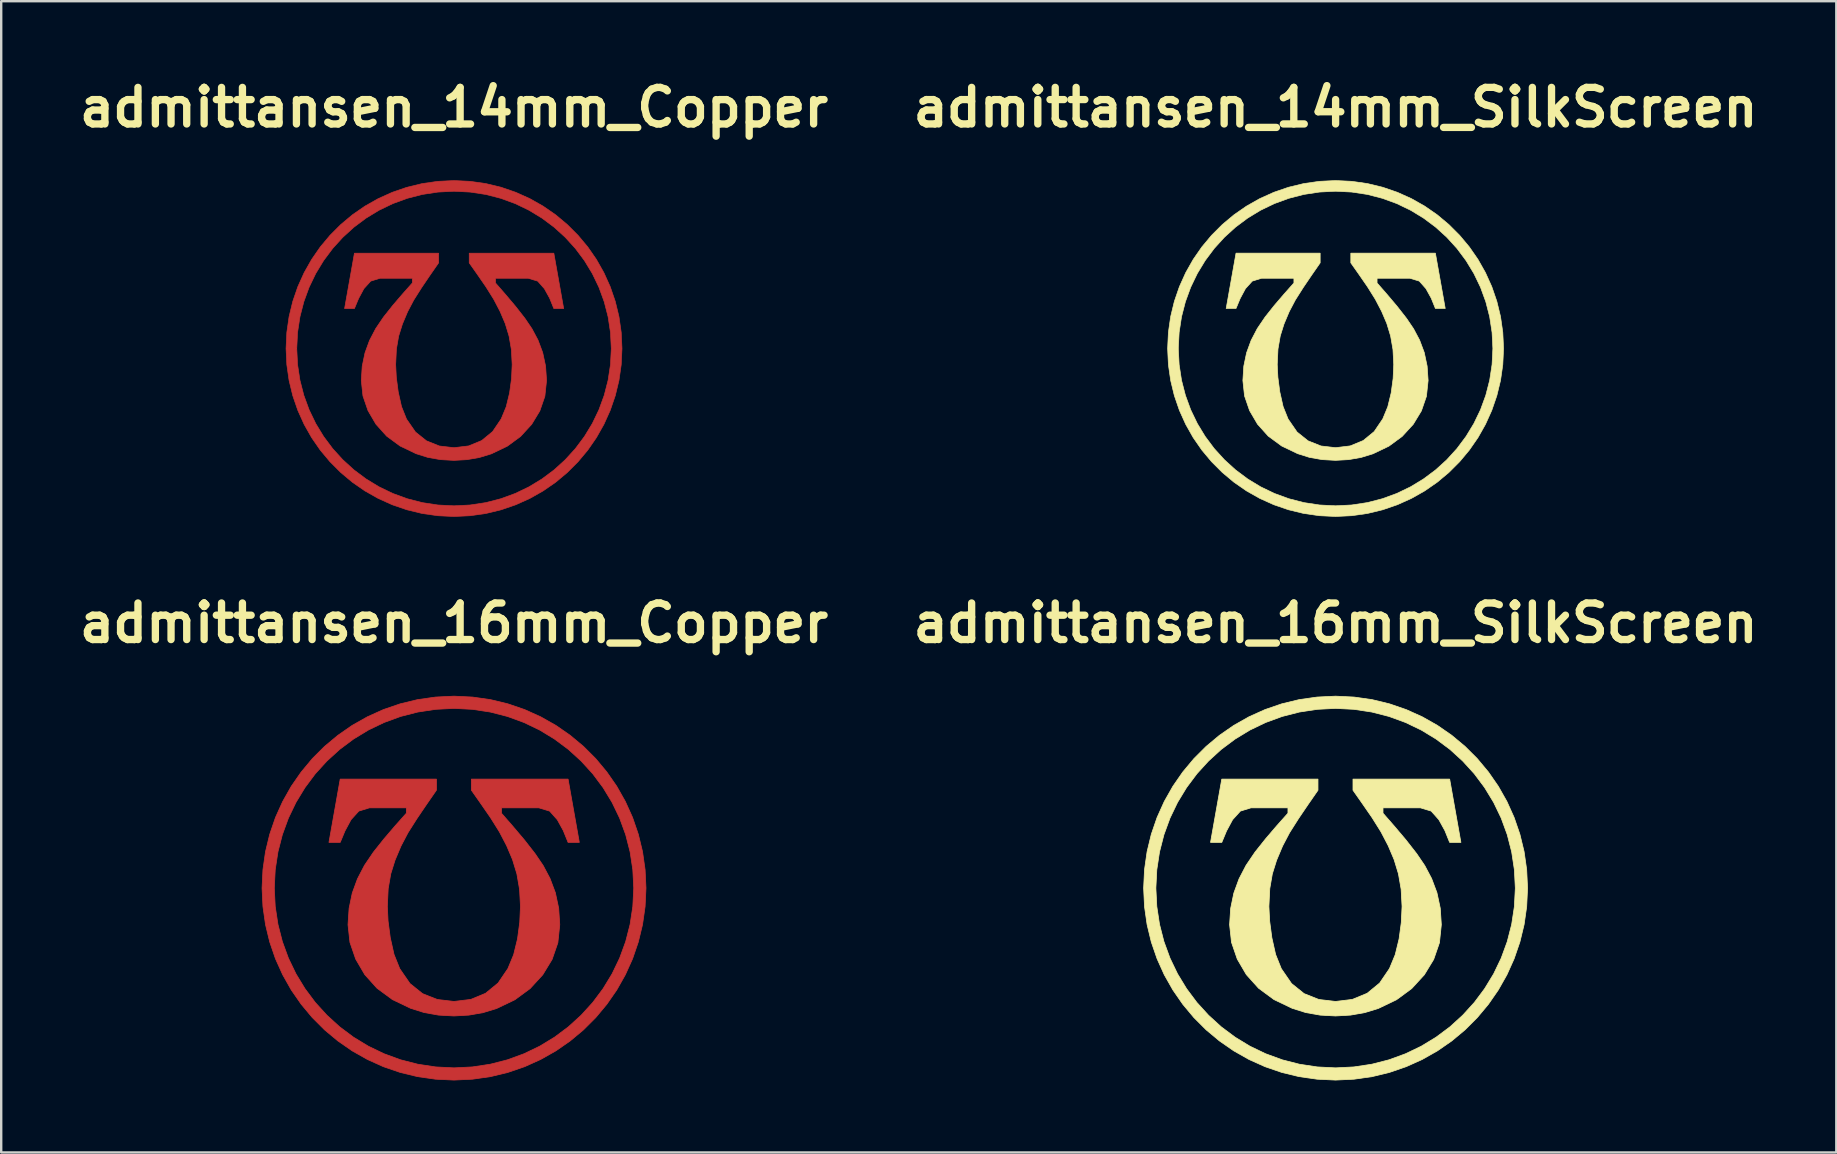
<source format=kicad_pcb>
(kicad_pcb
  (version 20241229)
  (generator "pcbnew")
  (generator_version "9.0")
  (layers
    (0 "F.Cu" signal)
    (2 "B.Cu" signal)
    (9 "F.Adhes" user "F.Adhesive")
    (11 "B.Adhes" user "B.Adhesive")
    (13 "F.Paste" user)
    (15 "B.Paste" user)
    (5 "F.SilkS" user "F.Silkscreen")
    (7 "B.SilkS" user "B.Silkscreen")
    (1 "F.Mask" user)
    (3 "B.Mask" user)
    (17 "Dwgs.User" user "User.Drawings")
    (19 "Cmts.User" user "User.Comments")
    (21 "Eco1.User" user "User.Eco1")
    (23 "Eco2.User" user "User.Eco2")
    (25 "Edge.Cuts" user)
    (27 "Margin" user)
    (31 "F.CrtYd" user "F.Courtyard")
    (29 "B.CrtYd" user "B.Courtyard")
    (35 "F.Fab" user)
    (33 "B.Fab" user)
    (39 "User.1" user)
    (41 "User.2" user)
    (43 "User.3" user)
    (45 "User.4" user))
  (footprint "admittansen_16mm_Copper"
    (layer "F.Cu")
    (at 15.871 33.962)
    (property "Reference" "admittansen_16mm_Copper" (at 0 -11.048 0) (layer "F.SilkS") (effects (font (size 1.524 1.524) (thickness 0.305))))
    (attr exclude_from_pos_files exclude_from_bom)
    (fp_poly (pts (xy -5.211 -1.907) (xy -4.743 -4.542) (xy -0.735 -4.542) (xy -0.735 -4.08) (xy -1.146 -3.487) (xy -1.55 -2.891) (xy -1.919 -2.309) (xy -2.209 -1.757) (xy -2.459 -1.164) (xy -2.637 -0.596) (xy -2.744 0.022) (xy -2.78 0.763) (xy -2.749 1.371) (xy -2.657 2.067) (xy -2.501 2.763) (xy -2.263 3.357) (xy -1.836 3.977) (xy -1.313 4.397) (xy -0.7 4.641) (xy -0.002 4.723) (xy 0.698 4.638) (xy 1.316 4.383) (xy 1.837 3.955) (xy 2.247 3.351) (xy 2.486 2.773) (xy 2.647 2.114) (xy 2.739 1.43) (xy 2.77 0.763) (xy 2.732 0.05) (xy 2.62 -0.596) (xy 2.438 -1.192) (xy 2.192 -1.771) (xy 1.892 -2.345) (xy 1.52 -2.939) (xy 1.114 -3.526) (xy 0.725 -4.08) (xy 0.725 -4.542) (xy 4.753 -4.542) (xy 5.221 -1.907) (xy 4.753 -1.907) (xy 4.556 -2.396) (xy 4.305 -2.851) (xy 3.985 -3.211) (xy 3.537 -3.346) (xy 1.975 -3.346) (xy 1.975 -3.122) (xy 2.433 -2.598) (xy 2.926 -2.015) (xy 3.377 -1.438) (xy 3.714 -0.942) (xy 4.001 -0.4) (xy 4.223 0.192) (xy 4.361 0.837) (xy 4.406 1.524) (xy 4.327 2.276) (xy 4.087 2.97) (xy 3.698 3.61) (xy 3.17 4.186) (xy 2.537 4.651) (xy 1.778 5.015) (xy 1.212 5.188) (xy 0.619 5.292) (xy -0.002 5.327) (xy -0.643 5.292) (xy -1.245 5.185) (xy -1.808 5.008) (xy -2.569 4.643) (xy -3.208 4.172) (xy -3.719 3.604) (xy -4.097 2.957) (xy -4.337 2.259) (xy -4.417 1.524) (xy -4.372 0.841) (xy -4.24 0.206) (xy -4.024 -0.385) (xy -3.731 -0.949) (xy -3.357 -1.501) (xy -2.915 -2.056) (xy -2.449 -2.601) (xy -1.985 -3.122) (xy -1.985 -3.346) (xy -3.527 -3.346) (xy -3.968 -3.211) (xy -4.294 -2.851) (xy -4.546 -2.382) (xy -4.743 -1.907) (xy -5.211 -1.907)) (stroke (width 0.032) (type solid)) (fill yes) (layer "F.Cu"))
    (fp_poly (pts (xy 0 -8) (xy 0 -7.49) (xy 0.766 -7.451) (xy 1.51 -7.338) (xy 2.228 -7.154) (xy 2.917 -6.902) (xy 3.572 -6.587) (xy 4.189 -6.212) (xy 4.766 -5.781) (xy 5.297 -5.297) (xy 5.781 -4.766) (xy 6.212 -4.189) (xy 6.587 -3.572) (xy 6.902 -2.917) (xy 7.154 -2.228) (xy 7.338 -1.51) (xy 7.451 -0.766) (xy 7.49 0) (xy 7.451 0.766) (xy 7.338 1.51) (xy 7.154 2.228) (xy 6.902 2.917) (xy 6.587 3.572) (xy 6.212 4.189) (xy 5.781 4.766) (xy 5.297 5.297) (xy 4.766 5.781) (xy 4.189 6.212) (xy 3.572 6.587) (xy 2.917 6.902) (xy 2.228 7.154) (xy 1.51 7.338) (xy 0.766 7.451) (xy 0 7.49) (xy -0.766 7.451) (xy -1.51 7.338) (xy -2.228 7.154) (xy -2.917 6.902) (xy -3.572 6.587) (xy -4.189 6.212) (xy -4.766 5.781) (xy -5.297 5.297) (xy -5.781 4.766) (xy -6.212 4.189) (xy -6.587 3.572) (xy -6.902 2.917) (xy -7.154 2.228) (xy -7.338 1.51) (xy -7.451 0.766) (xy -7.49 0) (xy -7.451 -0.766) (xy -7.338 -1.51) (xy -7.154 -2.228) (xy -6.902 -2.917) (xy -6.587 -3.572) (xy -6.212 -4.189) (xy -5.781 -4.766) (xy -5.297 -5.297) (xy -4.766 -5.781) (xy -4.189 -6.212) (xy -3.572 -6.587) (xy -2.917 -6.902) (xy -2.228 -7.154) (xy -1.51 -7.338) (xy -0.766 -7.451) (xy 0 -7.49) (xy 0 -8) (xy -0.77 -7.963) (xy -1.519 -7.856) (xy -2.245 -7.68) (xy -2.943 -7.441) (xy -3.61 -7.14) (xy -4.244 -6.782) (xy -4.839 -6.369) (xy -5.395 -5.906) (xy -5.906 -5.395) (xy -6.369 -4.839) (xy -6.782 -4.244) (xy -7.14 -3.61) (xy -7.441 -2.943) (xy -7.68 -2.245) (xy -7.856 -1.519) (xy -7.963 -0.77) (xy -8 0) (xy -7.963 0.77) (xy -7.856 1.519) (xy -7.68 2.245) (xy -7.441 2.943) (xy -7.14 3.61) (xy -6.782 4.244) (xy -6.369 4.839) (xy -5.906 5.395) (xy -5.395 5.906) (xy -4.839 6.369) (xy -4.244 6.782) (xy -3.61 7.14) (xy -2.943 7.441) (xy -2.245 7.68) (xy -1.519 7.856) (xy -0.77 7.963) (xy 0 8) (xy 0.77 7.963) (xy 1.519 7.856) (xy 2.245 7.68) (xy 2.943 7.441) (xy 3.61 7.14) (xy 4.244 6.782) (xy 4.839 6.369) (xy 5.395 5.906) (xy 5.906 5.395) (xy 6.369 4.839) (xy 6.782 4.244) (xy 7.14 3.61) (xy 7.441 2.943) (xy 7.68 2.245) (xy 7.856 1.519) (xy 7.963 0.77) (xy 8 0) (xy 7.963 -0.77) (xy 7.856 -1.519) (xy 7.68 -2.245) (xy 7.441 -2.943) (xy 7.14 -3.61) (xy 6.782 -4.244) (xy 6.369 -4.839) (xy 5.906 -5.395) (xy 5.395 -5.906) (xy 4.839 -6.369) (xy 4.244 -6.782) (xy 3.61 -7.14) (xy 2.943 -7.441) (xy 2.245 -7.68) (xy 1.519 -7.856) (xy 0.77 -7.963) (xy 0 -8)) (stroke (width 0.03) (type solid)) (fill yes) (layer "F.Cu")))
  (footprint "admittansen_14mm_Copper"
    (layer "F.Cu")
    (at 15.871 11.475)
    (property "Reference" "admittansen_14mm_Copper" (at 0 -10.048 0) (layer "F.SilkS") (effects (font (size 1.524 1.524) (thickness 0.305))))
    (attr exclude_from_pos_files exclude_from_bom)
    (fp_poly (pts (xy -4.56 -1.668) (xy -4.15 -3.974) (xy -0.643 -3.974) (xy -0.643 -3.57) (xy -1.003 -3.051) (xy -1.356 -2.53) (xy -1.679 -2.02) (xy -1.933 -1.537) (xy -2.151 -1.019) (xy -2.307 -0.521) (xy -2.401 0.02) (xy -2.432 0.667) (xy -2.405 1.199) (xy -2.325 1.809) (xy -2.189 2.418) (xy -1.981 2.938) (xy -1.606 3.48) (xy -1.148 3.847) (xy -0.612 4.061) (xy -0.001 4.132) (xy 0.611 4.058) (xy 1.152 3.835) (xy 1.608 3.461) (xy 1.966 2.932) (xy 2.175 2.427) (xy 2.316 1.85) (xy 2.397 1.251) (xy 2.423 0.667) (xy 2.391 0.043) (xy 2.293 -0.521) (xy 2.134 -1.043) (xy 1.918 -1.549) (xy 1.655 -2.052) (xy 1.33 -2.572) (xy 0.975 -3.086) (xy 0.634 -3.57) (xy 0.634 -3.974) (xy 4.159 -3.974) (xy 4.569 -1.668) (xy 4.159 -1.668) (xy 3.986 -2.096) (xy 3.766 -2.494) (xy 3.487 -2.809) (xy 3.095 -2.928) (xy 1.728 -2.928) (xy 1.728 -2.732) (xy 2.129 -2.273) (xy 2.56 -1.763) (xy 2.955 -1.258) (xy 3.249 -0.824) (xy 3.501 -0.35) (xy 3.695 0.168) (xy 3.816 0.733) (xy 3.856 1.333) (xy 3.786 1.991) (xy 3.576 2.599) (xy 3.236 3.159) (xy 2.774 3.663) (xy 2.22 4.07) (xy 1.556 4.388) (xy 1.06 4.54) (xy 0.541 4.631) (xy -0.001 4.661) (xy -0.563 4.63) (xy -1.09 4.537) (xy -1.582 4.382) (xy -2.248 4.062) (xy -2.807 3.651) (xy -3.254 3.153) (xy -3.585 2.587) (xy -3.795 1.976) (xy -3.864 1.333) (xy -3.826 0.736) (xy -3.71 0.18) (xy -3.521 -0.337) (xy -3.264 -0.83) (xy -2.937 -1.313) (xy -2.551 -1.799) (xy -2.142 -2.276) (xy -1.737 -2.732) (xy -1.737 -2.928) (xy -3.086 -2.928) (xy -3.472 -2.809) (xy -3.757 -2.494) (xy -3.977 -2.084) (xy -4.15 -1.668) (xy -4.56 -1.668)) (stroke (width 0.028) (type solid)) (fill yes) (layer "F.Cu"))
    (fp_poly (pts (xy 0 -7) (xy 0 -6.554) (xy 0.671 -6.52) (xy 1.322 -6.421) (xy 1.95 -6.259) (xy 2.552 -6.039) (xy 3.125 -5.763) (xy 3.665 -5.435) (xy 4.17 -5.058) (xy 4.635 -4.635) (xy 5.058 -4.17) (xy 5.435 -3.665) (xy 5.763 -3.125) (xy 6.039 -2.552) (xy 6.259 -1.95) (xy 6.421 -1.322) (xy 6.52 -0.671) (xy 6.554 0) (xy 6.52 0.671) (xy 6.421 1.322) (xy 6.259 1.95) (xy 6.039 2.552) (xy 5.763 3.125) (xy 5.435 3.665) (xy 5.058 4.17) (xy 4.635 4.635) (xy 4.17 5.058) (xy 3.665 5.435) (xy 3.125 5.763) (xy 2.552 6.039) (xy 1.95 6.259) (xy 1.322 6.421) (xy 0.671 6.52) (xy 0 6.554) (xy -0.671 6.52) (xy -1.322 6.421) (xy -1.95 6.259) (xy -2.552 6.039) (xy -3.125 5.763) (xy -3.665 5.435) (xy -4.17 5.058) (xy -4.635 4.635) (xy -5.058 4.17) (xy -5.435 3.665) (xy -5.763 3.125) (xy -6.039 2.552) (xy -6.259 1.95) (xy -6.421 1.322) (xy -6.52 0.671) (xy -6.554 0) (xy -6.52 -0.671) (xy -6.421 -1.322) (xy -6.259 -1.95) (xy -6.039 -2.552) (xy -5.763 -3.125) (xy -5.435 -3.665) (xy -5.058 -4.17) (xy -4.635 -4.635) (xy -4.17 -5.058) (xy -3.665 -5.435) (xy -3.125 -5.763) (xy -2.552 -6.039) (xy -1.95 -6.259) (xy -1.322 -6.421) (xy -0.671 -6.52) (xy 0 -6.554) (xy 0 -7) (xy -0.674 -6.968) (xy -1.329 -6.874) (xy -1.964 -6.72) (xy -2.575 -6.51) (xy -3.159 -6.247) (xy -3.713 -5.934) (xy -4.235 -5.573) (xy -4.72 -5.167) (xy -5.167 -4.72) (xy -5.573 -4.235) (xy -5.934 -3.713) (xy -6.247 -3.159) (xy -6.51 -2.575) (xy -6.72 -1.964) (xy -6.874 -1.329) (xy -6.968 -0.674) (xy -7 0) (xy -6.968 0.674) (xy -6.874 1.329) (xy -6.72 1.964) (xy -6.51 2.575) (xy -6.247 3.159) (xy -5.934 3.713) (xy -5.573 4.235) (xy -5.167 4.72) (xy -4.72 5.167) (xy -4.235 5.573) (xy -3.713 5.934) (xy -3.159 6.247) (xy -2.575 6.51) (xy -1.964 6.72) (xy -1.329 6.874) (xy -0.674 6.968) (xy 0 7) (xy 0.674 6.968) (xy 1.329 6.874) (xy 1.964 6.72) (xy 2.575 6.51) (xy 3.159 6.247) (xy 3.713 5.934) (xy 4.235 5.573) (xy 4.72 5.167) (xy 5.167 4.72) (xy 5.573 4.235) (xy 5.934 3.713) (xy 6.247 3.159) (xy 6.51 2.575) (xy 6.72 1.964) (xy 6.874 1.329) (xy 6.968 0.674) (xy 7 0) (xy 6.968 -0.674) (xy 6.874 -1.329) (xy 6.72 -1.964) (xy 6.51 -2.575) (xy 6.247 -3.159) (xy 5.934 -3.713) (xy 5.573 -4.235) (xy 5.167 -4.72) (xy 4.72 -5.167) (xy 4.235 -5.573) (xy 3.713 -5.934) (xy 3.159 -6.247) (xy 2.575 -6.51) (xy 1.964 -6.72) (xy 1.329 -6.874) (xy 0.674 -6.968) (xy 0 -7)) (stroke (width 0.026) (type solid)) (fill yes) (layer "F.Cu")))
  (footprint "admittansen_16mm_SilkScreen"
    (layer "F.Cu")
    (at 52.61 33.962)
    (property "Reference" "admittansen_16mm_SilkScreen" (at 0 -11.048 0) (layer "F.SilkS") (effects (font (size 1.524 1.524) (thickness 0.305))))
    (attr exclude_from_pos_files exclude_from_bom)
    (fp_poly (pts (xy -5.211 -1.907) (xy -4.743 -4.542) (xy -0.735 -4.542) (xy -0.735 -4.08) (xy -1.146 -3.487) (xy -1.55 -2.891) (xy -1.919 -2.309) (xy -2.209 -1.757) (xy -2.459 -1.164) (xy -2.637 -0.596) (xy -2.744 0.022) (xy -2.78 0.763) (xy -2.749 1.371) (xy -2.657 2.067) (xy -2.501 2.763) (xy -2.263 3.357) (xy -1.836 3.977) (xy -1.313 4.397) (xy -0.7 4.641) (xy -0.002 4.723) (xy 0.698 4.638) (xy 1.316 4.383) (xy 1.837 3.955) (xy 2.247 3.351) (xy 2.486 2.773) (xy 2.647 2.114) (xy 2.739 1.43) (xy 2.77 0.763) (xy 2.732 0.05) (xy 2.62 -0.596) (xy 2.438 -1.192) (xy 2.192 -1.771) (xy 1.892 -2.345) (xy 1.52 -2.939) (xy 1.114 -3.526) (xy 0.725 -4.08) (xy 0.725 -4.542) (xy 4.753 -4.542) (xy 5.221 -1.907) (xy 4.753 -1.907) (xy 4.556 -2.396) (xy 4.305 -2.851) (xy 3.985 -3.211) (xy 3.537 -3.346) (xy 1.975 -3.346) (xy 1.975 -3.122) (xy 2.433 -2.598) (xy 2.926 -2.015) (xy 3.377 -1.438) (xy 3.714 -0.942) (xy 4.001 -0.4) (xy 4.223 0.192) (xy 4.361 0.837) (xy 4.406 1.523) (xy 4.327 2.276) (xy 4.087 2.97) (xy 3.698 3.61) (xy 3.17 4.186) (xy 2.537 4.651) (xy 1.778 5.015) (xy 1.212 5.188) (xy 0.619 5.292) (xy -0.002 5.327) (xy -0.643 5.292) (xy -1.245 5.185) (xy -1.808 5.008) (xy -2.569 4.643) (xy -3.208 4.172) (xy -3.719 3.604) (xy -4.097 2.957) (xy -4.337 2.259) (xy -4.417 1.523) (xy -4.372 0.841) (xy -4.24 0.206) (xy -4.024 -0.385) (xy -3.731 -0.949) (xy -3.357 -1.501) (xy -2.915 -2.056) (xy -2.449 -2.601) (xy -1.985 -3.122) (xy -1.985 -3.346) (xy -3.527 -3.346) (xy -3.968 -3.211) (xy -4.294 -2.851) (xy -4.546 -2.382) (xy -4.743 -1.907) (xy -5.211 -1.907)) (stroke (width 0.032) (type solid)) (fill yes) (layer "F.SilkS"))
    (fp_poly (pts (xy 0 -8) (xy 0 -7.49) (xy 0.766 -7.451) (xy 1.51 -7.338) (xy 2.228 -7.154) (xy 2.917 -6.902) (xy 3.572 -6.587) (xy 4.189 -6.212) (xy 4.766 -5.781) (xy 5.297 -5.297) (xy 5.781 -4.766) (xy 6.212 -4.189) (xy 6.587 -3.572) (xy 6.902 -2.917) (xy 7.154 -2.228) (xy 7.338 -1.51) (xy 7.451 -0.766) (xy 7.49 0) (xy 7.451 0.766) (xy 7.338 1.51) (xy 7.154 2.228) (xy 6.902 2.917) (xy 6.587 3.572) (xy 6.212 4.189) (xy 5.781 4.766) (xy 5.297 5.297) (xy 4.766 5.781) (xy 4.189 6.212) (xy 3.572 6.587) (xy 2.917 6.902) (xy 2.228 7.154) (xy 1.51 7.338) (xy 0.766 7.451) (xy 0 7.49) (xy -0.766 7.451) (xy -1.51 7.338) (xy -2.228 7.154) (xy -2.917 6.902) (xy -3.572 6.587) (xy -4.189 6.212) (xy -4.766 5.781) (xy -5.297 5.297) (xy -5.781 4.766) (xy -6.212 4.189) (xy -6.587 3.572) (xy -6.902 2.917) (xy -7.154 2.228) (xy -7.338 1.51) (xy -7.451 0.766) (xy -7.49 0) (xy -7.451 -0.766) (xy -7.338 -1.51) (xy -7.154 -2.228) (xy -6.902 -2.917) (xy -6.587 -3.572) (xy -6.212 -4.189) (xy -5.781 -4.766) (xy -5.297 -5.297) (xy -4.766 -5.781) (xy -4.189 -6.212) (xy -3.572 -6.587) (xy -2.917 -6.902) (xy -2.228 -7.154) (xy -1.51 -7.338) (xy -0.766 -7.451) (xy 0 -7.49) (xy 0 -8) (xy -0.77 -7.963) (xy -1.519 -7.856) (xy -2.245 -7.68) (xy -2.943 -7.44) (xy -3.61 -7.14) (xy -4.244 -6.781) (xy -4.839 -6.369) (xy -5.395 -5.905) (xy -5.905 -5.395) (xy -6.369 -4.839) (xy -6.781 -4.244) (xy -7.14 -3.61) (xy -7.44 -2.943) (xy -7.68 -2.245) (xy -7.856 -1.519) (xy -7.963 -0.77) (xy -8 0) (xy -7.963 0.77) (xy -7.856 1.519) (xy -7.68 2.245) (xy -7.44 2.943) (xy -7.14 3.61) (xy -6.781 4.244) (xy -6.369 4.839) (xy -5.905 5.395) (xy -5.395 5.905) (xy -4.839 6.369) (xy -4.244 6.781) (xy -3.61 7.14) (xy -2.943 7.44) (xy -2.245 7.68) (xy -1.519 7.856) (xy -0.77 7.963) (xy 0 8) (xy 0.77 7.963) (xy 1.519 7.856) (xy 2.245 7.68) (xy 2.943 7.44) (xy 3.61 7.14) (xy 4.244 6.781) (xy 4.839 6.369) (xy 5.395 5.905) (xy 5.905 5.395) (xy 6.369 4.839) (xy 6.781 4.244) (xy 7.14 3.61) (xy 7.44 2.943) (xy 7.68 2.245) (xy 7.856 1.519) (xy 7.963 0.77) (xy 8 0) (xy 7.963 -0.77) (xy 7.856 -1.519) (xy 7.68 -2.245) (xy 7.44 -2.943) (xy 7.14 -3.61) (xy 6.781 -4.244) (xy 6.369 -4.839) (xy 5.905 -5.395) (xy 5.395 -5.905) (xy 4.839 -6.369) (xy 4.244 -6.781) (xy 3.61 -7.14) (xy 2.943 -7.44) (xy 2.245 -7.68) (xy 1.519 -7.856) (xy 0.77 -7.963) (xy 0 -8)) (stroke (width 0.03) (type solid)) (fill yes) (layer "F.SilkS")))
  (footprint "admittansen_14mm_SilkScreen"
    (layer "F.Cu")
    (at 52.61 11.474)
    (property "Reference" "admittansen_14mm_SilkScreen" (at 0 -10.048 0) (layer "F.SilkS") (effects (font (size 1.524 1.524) (thickness 0.305))))
    (attr exclude_from_pos_files exclude_from_bom)
    (fp_poly (pts (xy -4.56 -1.668) (xy -4.15 -3.974) (xy -0.643 -3.974) (xy -0.643 -3.57) (xy -1.003 -3.051) (xy -1.356 -2.53) (xy -1.679 -2.02) (xy -1.933 -1.537) (xy -2.151 -1.019) (xy -2.307 -0.521) (xy -2.401 0.02) (xy -2.432 0.667) (xy -2.405 1.199) (xy -2.325 1.809) (xy -2.188 2.418) (xy -1.98 2.938) (xy -1.606 3.48) (xy -1.148 3.847) (xy -0.612 4.061) (xy -0.001 4.132) (xy 0.611 4.058) (xy 1.152 3.835) (xy 1.608 3.461) (xy 1.966 2.932) (xy 2.175 2.427) (xy 2.316 1.85) (xy 2.397 1.251) (xy 2.423 0.667) (xy 2.391 0.043) (xy 2.293 -0.521) (xy 2.134 -1.043) (xy 1.918 -1.549) (xy 1.655 -2.052) (xy 1.33 -2.572) (xy 0.975 -3.086) (xy 0.634 -3.57) (xy 0.634 -3.974) (xy 4.159 -3.974) (xy 4.569 -1.668) (xy 4.159 -1.668) (xy 3.986 -2.096) (xy 3.766 -2.494) (xy 3.487 -2.809) (xy 3.095 -2.928) (xy 1.728 -2.928) (xy 1.728 -2.732) (xy 2.129 -2.273) (xy 2.56 -1.763) (xy 2.955 -1.258) (xy 3.249 -0.824) (xy 3.501 -0.35) (xy 3.695 0.168) (xy 3.815 0.733) (xy 3.856 1.333) (xy 3.786 1.991) (xy 3.576 2.599) (xy 3.236 3.159) (xy 2.774 3.663) (xy 2.22 4.07) (xy 1.556 4.388) (xy 1.06 4.54) (xy 0.541 4.631) (xy -0.001 4.661) (xy -0.563 4.63) (xy -1.09 4.537) (xy -1.582 4.382) (xy -2.248 4.062) (xy -2.807 3.651) (xy -3.254 3.153) (xy -3.585 2.587) (xy -3.795 1.976) (xy -3.864 1.333) (xy -3.826 0.736) (xy -3.71 0.18) (xy -3.521 -0.337) (xy -3.264 -0.83) (xy -2.937 -1.313) (xy -2.551 -1.799) (xy -2.142 -2.276) (xy -1.737 -2.732) (xy -1.737 -2.928) (xy -3.086 -2.928) (xy -3.472 -2.809) (xy -3.757 -2.494) (xy -3.977 -2.084) (xy -4.15 -1.668) (xy -4.56 -1.668)) (stroke (width 0.028) (type solid)) (fill yes) (layer "F.SilkS"))
    (fp_poly (pts (xy 0 -7) (xy 0 -6.554) (xy 0.671 -6.52) (xy 1.322 -6.421) (xy 1.95 -6.259) (xy 2.552 -6.039) (xy 3.125 -5.763) (xy 3.665 -5.435) (xy 4.17 -5.058) (xy 4.635 -4.635) (xy 5.058 -4.17) (xy 5.435 -3.665) (xy 5.763 -3.125) (xy 6.039 -2.552) (xy 6.259 -1.95) (xy 6.421 -1.322) (xy 6.52 -0.671) (xy 6.554 0) (xy 6.52 0.671) (xy 6.421 1.322) (xy 6.259 1.95) (xy 6.039 2.552) (xy 5.763 3.125) (xy 5.435 3.665) (xy 5.058 4.17) (xy 4.635 4.635) (xy 4.17 5.058) (xy 3.665 5.435) (xy 3.125 5.763) (xy 2.552 6.039) (xy 1.95 6.259) (xy 1.322 6.421) (xy 0.671 6.52) (xy 0 6.554) (xy -0.671 6.52) (xy -1.322 6.421) (xy -1.95 6.259) (xy -2.552 6.039) (xy -3.125 5.763) (xy -3.665 5.435) (xy -4.17 5.058) (xy -4.635 4.635) (xy -5.058 4.17) (xy -5.435 3.665) (xy -5.763 3.125) (xy -6.039 2.552) (xy -6.259 1.95) (xy -6.421 1.322) (xy -6.52 0.671) (xy -6.554 0) (xy -6.52 -0.671) (xy -6.421 -1.322) (xy -6.259 -1.95) (xy -6.039 -2.552) (xy -5.763 -3.125) (xy -5.435 -3.665) (xy -5.058 -4.17) (xy -4.635 -4.635) (xy -4.17 -5.058) (xy -3.665 -5.435) (xy -3.125 -5.763) (xy -2.552 -6.039) (xy -1.95 -6.259) (xy -1.322 -6.421) (xy -0.671 -6.52) (xy 0 -6.554) (xy 0 -7) (xy -0.674 -6.968) (xy -1.329 -6.874) (xy -1.964 -6.72) (xy -2.575 -6.51) (xy -3.159 -6.247) (xy -3.713 -5.934) (xy -4.234 -5.573) (xy -4.72 -5.167) (xy -5.167 -4.72) (xy -5.573 -4.234) (xy -5.934 -3.713) (xy -6.247 -3.159) (xy -6.51 -2.575) (xy -6.72 -1.964) (xy -6.874 -1.329) (xy -6.968 -0.674) (xy -7 0) (xy -6.968 0.674) (xy -6.874 1.329) (xy -6.72 1.964) (xy -6.51 2.575) (xy -6.247 3.159) (xy -5.934 3.713) (xy -5.573 4.234) (xy -5.167 4.72) (xy -4.72 5.167) (xy -4.234 5.573) (xy -3.713 5.934) (xy -3.159 6.247) (xy -2.575 6.51) (xy -1.964 6.72) (xy -1.329 6.874) (xy -0.674 6.968) (xy 0 7) (xy 0.674 6.968) (xy 1.329 6.874) (xy 1.964 6.72) (xy 2.575 6.51) (xy 3.159 6.247) (xy 3.713 5.934) (xy 4.234 5.573) (xy 4.72 5.167) (xy 5.167 4.72) (xy 5.573 4.234) (xy 5.934 3.713) (xy 6.247 3.159) (xy 6.51 2.575) (xy 6.72 1.964) (xy 6.874 1.329) (xy 6.968 0.674) (xy 7 0) (xy 6.968 -0.674) (xy 6.874 -1.329) (xy 6.72 -1.964) (xy 6.51 -2.575) (xy 6.247 -3.159) (xy 5.934 -3.713) (xy 5.573 -4.234) (xy 5.167 -4.72) (xy 4.72 -5.167) (xy 4.234 -5.573) (xy 3.713 -5.934) (xy 3.159 -6.247) (xy 2.575 -6.51) (xy 1.964 -6.72) (xy 1.329 -6.874) (xy 0.674 -6.968) (xy 0 -7)) (stroke (width 0.026) (type solid)) (fill yes) (layer "F.SilkS")))
  (gr_rect
    (start -3 -3)
    (end 73.477 44.977)
    (stroke (width 0.1) (type default))
    (fill no)
    (layer "Edge.Cuts")))
</source>
